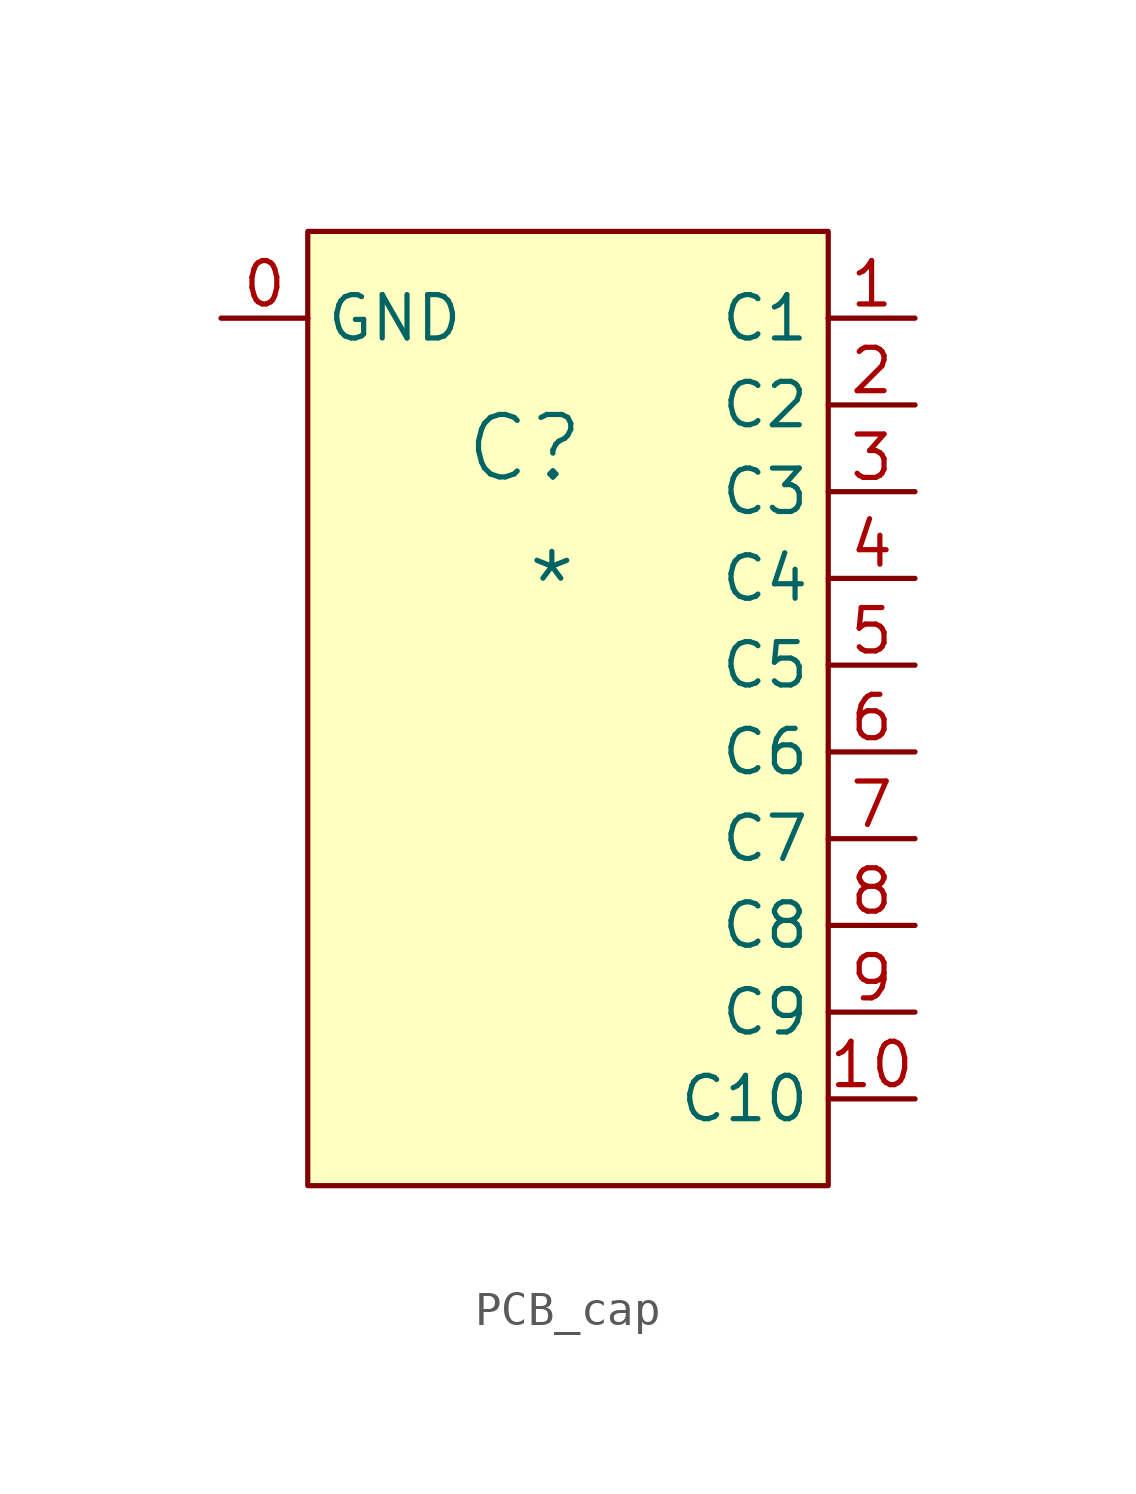
<source format=kicad_sym>
(kicad_symbol_lib
  (version 20241209)
  (generator "kicad_symbol_editor")
  (generator_version "9.0")
  (symbol "PCB_cap"
    (property "Reference" "C"
      (at -1.27 1.27 0)
      (effects (font (size 1.829 1.829))))
    (property "Value" "*"
      (at -1.27 -3.81 0)
      (effects (font (size 1.829 1.829)) (justify left bottom)))
    (symbol "PCB_cap_1_0"
      (rectangle (start 7.62 7.62) (end -7.62 -20.32) (stroke (width 0) (type solid) (color 128 0 0 1)) (fill (type background)))
      (pin passive line (at -10.16 5.08 0) (length 2.54) (name "GND" (effects (font (size 1.27 1.27)))) (number "0" (effects (font (size 1.27 1.27)))))
      (pin passive line (at 10.16 5.08 180) (length 2.54) (name "C1" (effects (font (size 1.27 1.27)))) (number "1" (effects (font (size 1.27 1.27)))))
      (pin passive line (at 10.16 2.54 180) (length 2.54) (name "C2" (effects (font (size 1.27 1.27)))) (number "2" (effects (font (size 1.27 1.27)))))
      (pin passive line (at 10.16 0 180) (length 2.54) (name "C3" (effects (font (size 1.27 1.27)))) (number "3" (effects (font (size 1.27 1.27)))))
      (pin passive line (at 10.16 -2.54 180) (length 2.54) (name "C4" (effects (font (size 1.27 1.27)))) (number "4" (effects (font (size 1.27 1.27)))))
      (pin passive line (at 10.16 -5.08 180) (length 2.54) (name "C5" (effects (font (size 1.27 1.27)))) (number "5" (effects (font (size 1.27 1.27)))))
      (pin passive line (at 10.16 -7.62 180) (length 2.54) (name "C6" (effects (font (size 1.27 1.27)))) (number "6" (effects (font (size 1.27 1.27)))))
      (pin passive line (at 10.16 -10.16 180) (length 2.54) (name "C7" (effects (font (size 1.27 1.27)))) (number "7" (effects (font (size 1.27 1.27)))))
      (pin passive line (at 10.16 -12.7 180) (length 2.54) (name "C8" (effects (font (size 1.27 1.27)))) (number "8" (effects (font (size 1.27 1.27)))))
      (pin passive line (at 10.16 -15.24 180) (length 2.54) (name "C9" (effects (font (size 1.27 1.27)))) (number "9" (effects (font (size 1.27 1.27)))))
      (pin passive line (at 10.16 -17.78 180) (length 2.54) (name "C10" (effects (font (size 1.27 1.27)))) (number "10" (effects (font (size 1.27 1.27))))))))
</source>
